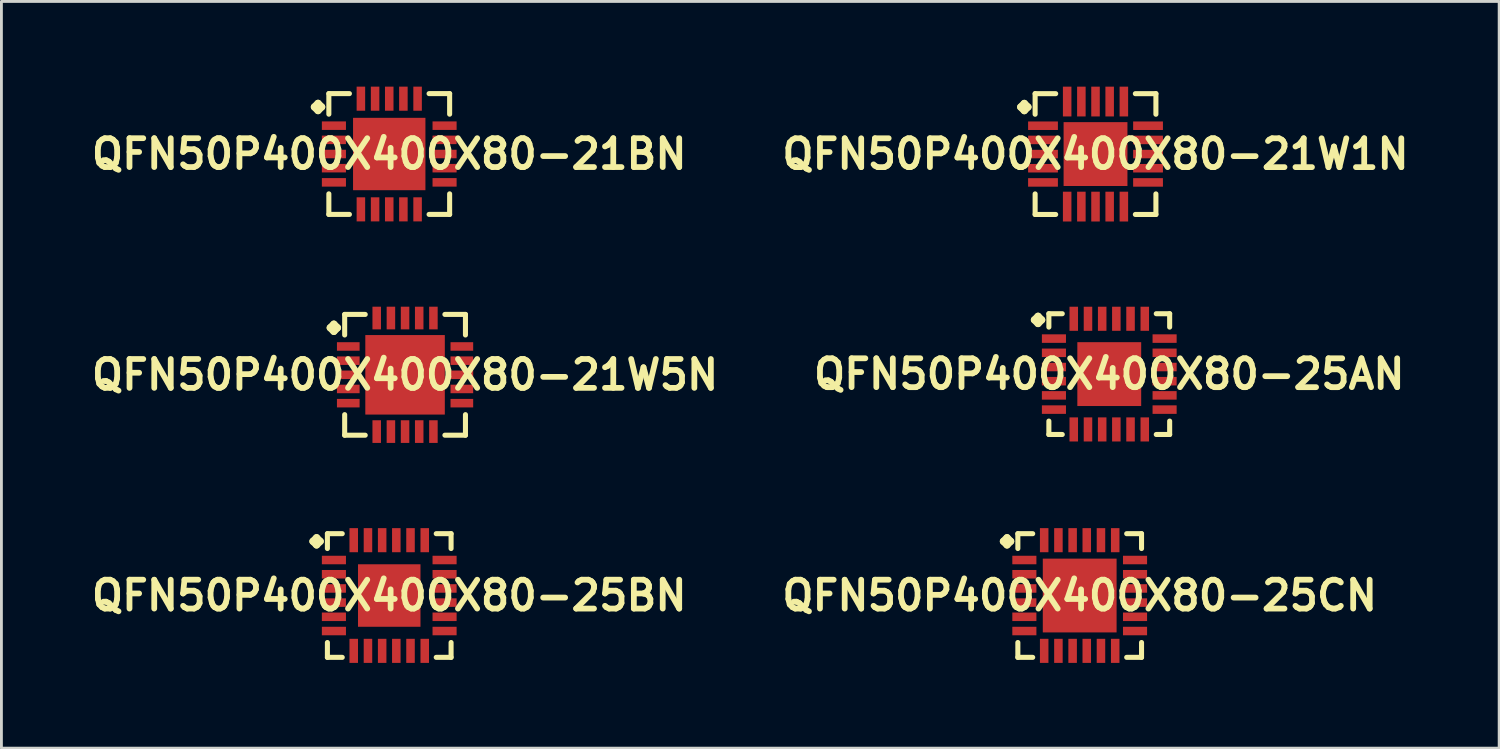
<source format=kicad_pcb>
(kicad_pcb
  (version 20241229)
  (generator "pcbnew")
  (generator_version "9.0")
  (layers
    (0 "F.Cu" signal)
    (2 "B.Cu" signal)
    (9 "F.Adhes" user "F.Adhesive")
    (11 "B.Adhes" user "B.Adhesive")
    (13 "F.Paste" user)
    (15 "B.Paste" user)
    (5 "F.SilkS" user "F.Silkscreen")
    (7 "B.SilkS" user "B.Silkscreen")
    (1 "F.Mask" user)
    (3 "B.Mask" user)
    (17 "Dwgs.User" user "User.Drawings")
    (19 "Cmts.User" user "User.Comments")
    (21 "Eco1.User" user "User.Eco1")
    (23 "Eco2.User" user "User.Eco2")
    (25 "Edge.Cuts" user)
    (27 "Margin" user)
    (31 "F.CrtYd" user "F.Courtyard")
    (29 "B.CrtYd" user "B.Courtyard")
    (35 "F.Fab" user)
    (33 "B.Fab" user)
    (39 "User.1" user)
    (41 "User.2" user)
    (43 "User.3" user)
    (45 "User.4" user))
  (footprint "QFN50P400X400X80-21W5N"
    (layer "F.Cu")
    (at 11.21 10.145)
    (property "Reference" "QFN50P400X400X80-21W5N" (at 0 0 0) (layer "F.SilkS") (effects (font (size 1.016 1.016) (thickness 0.203))))
    (attr smd)
    (fp_line (start -2.634 -1.656) (end -2.507 -1.783) (stroke (width 0.254) (type solid)) (layer "F.SilkS"))
    (fp_line (start -2.507 -1.783) (end -2.38 -1.656) (stroke (width 0.254) (type solid)) (layer "F.SilkS"))
    (fp_line (start -2.507 -1.529) (end -2.634 -1.656) (stroke (width 0.254) (type solid)) (layer "F.SilkS"))
    (fp_line (start -2.38 -1.656) (end -2.507 -1.529) (stroke (width 0.254) (type solid)) (layer "F.SilkS"))
    (fp_line (start -2.126 -2.126) (end -1.402 -2.126) (stroke (width 0.178) (type solid)) (layer "F.SilkS"))
    (fp_line (start -2.126 -1.402) (end -2.126 -2.126) (stroke (width 0.178) (type solid)) (layer "F.SilkS"))
    (fp_line (start -2.126 1.402) (end -2.126 2.126) (stroke (width 0.178) (type solid)) (layer "F.SilkS"))
    (fp_line (start -2.126 2.126) (end -1.402 2.126) (stroke (width 0.178) (type solid)) (layer "F.SilkS"))
    (fp_line (start 1.402 -2.126) (end 2.126 -2.126) (stroke (width 0.178) (type solid)) (layer "F.SilkS"))
    (fp_line (start 1.402 2.126) (end 2.126 2.126) (stroke (width 0.178) (type solid)) (layer "F.SilkS"))
    (fp_line (start 2.126 -2.126) (end 2.126 -1.402) (stroke (width 0.178) (type solid)) (layer "F.SilkS"))
    (fp_line (start 2.126 2.126) (end 2.126 1.402) (stroke (width 0.178) (type solid)) (layer "F.SilkS"))
    (pad "1" smd rect (at -1.999 -0.998) (size 0.798 0.3) (layers "F.Cu" "F.Mask" "F.Paste"))
    (pad "2" smd rect (at -1.999 -0.498) (size 0.798 0.3) (layers "F.Cu" "F.Mask" "F.Paste"))
    (pad "3" smd rect (at -1.999 0) (size 0.798 0.3) (layers "F.Cu" "F.Mask" "F.Paste"))
    (pad "4" smd rect (at -1.999 0.498) (size 0.798 0.3) (layers "F.Cu" "F.Mask" "F.Paste"))
    (pad "5" smd rect (at -1.999 0.998) (size 0.798 0.3) (layers "F.Cu" "F.Mask" "F.Paste"))
    (pad "6" smd rect (at -0.998 1.999) (size 0.3 0.798) (layers "F.Cu" "F.Mask" "F.Paste"))
    (pad "7" smd rect (at -0.498 1.999) (size 0.3 0.798) (layers "F.Cu" "F.Mask" "F.Paste"))
    (pad "8" smd rect (at 0 1.999) (size 0.3 0.798) (layers "F.Cu" "F.Mask" "F.Paste"))
    (pad "9" smd rect (at 0.498 1.999) (size 0.3 0.798) (layers "F.Cu" "F.Mask" "F.Paste"))
    (pad "10" smd rect (at 0.998 1.999) (size 0.3 0.798) (layers "F.Cu" "F.Mask" "F.Paste"))
    (pad "11" smd rect (at 1.999 0.998) (size 0.798 0.3) (layers "F.Cu" "F.Mask" "F.Paste"))
    (pad "12" smd rect (at 1.999 0.498) (size 0.798 0.3) (layers "F.Cu" "F.Mask" "F.Paste"))
    (pad "13" smd rect (at 1.999 0) (size 0.798 0.3) (layers "F.Cu" "F.Mask" "F.Paste"))
    (pad "14" smd rect (at 1.999 -0.498) (size 0.798 0.3) (layers "F.Cu" "F.Mask" "F.Paste"))
    (pad "15" smd rect (at 1.999 -0.998) (size 0.798 0.3) (layers "F.Cu" "F.Mask" "F.Paste"))
    (pad "16" smd rect (at 0.998 -1.999) (size 0.3 0.798) (layers "F.Cu" "F.Mask" "F.Paste"))
    (pad "17" smd rect (at 0.498 -1.999) (size 0.3 0.798) (layers "F.Cu" "F.Mask" "F.Paste"))
    (pad "18" smd rect (at 0 -1.999) (size 0.3 0.798) (layers "F.Cu" "F.Mask" "F.Paste"))
    (pad "19" smd rect (at -0.498 -1.999) (size 0.3 0.798) (layers "F.Cu" "F.Mask" "F.Paste"))
    (pad "20" smd rect (at -0.998 -1.999) (size 0.3 0.798) (layers "F.Cu" "F.Mask" "F.Paste"))
    (pad "21" smd rect (at 0 0) (size 2.799 2.799) (layers "F.Cu" "F.Mask" "F.Paste")))
  (footprint "QFN50P400X400X80-21W1N"
    (layer "F.Cu")
    (at 35.517 2.374)
    (property "Reference" "QFN50P400X400X80-21W1N" (at 0 0 0) (layer "F.SilkS") (effects (font (size 1.016 1.016) (thickness 0.203))))
    (attr smd)
    (fp_line (start -2.634 -1.656) (end -2.507 -1.783) (stroke (width 0.254) (type solid)) (layer "F.SilkS"))
    (fp_line (start -2.507 -1.783) (end -2.38 -1.656) (stroke (width 0.254) (type solid)) (layer "F.SilkS"))
    (fp_line (start -2.507 -1.529) (end -2.634 -1.656) (stroke (width 0.254) (type solid)) (layer "F.SilkS"))
    (fp_line (start -2.38 -1.656) (end -2.507 -1.529) (stroke (width 0.254) (type solid)) (layer "F.SilkS"))
    (fp_line (start -2.126 -2.126) (end -1.402 -2.126) (stroke (width 0.178) (type solid)) (layer "F.SilkS"))
    (fp_line (start -2.126 -1.402) (end -2.126 -2.126) (stroke (width 0.178) (type solid)) (layer "F.SilkS"))
    (fp_line (start -2.126 1.402) (end -2.126 2.126) (stroke (width 0.178) (type solid)) (layer "F.SilkS"))
    (fp_line (start -2.126 2.126) (end -1.402 2.126) (stroke (width 0.178) (type solid)) (layer "F.SilkS"))
    (fp_line (start 1.402 -2.126) (end 2.126 -2.126) (stroke (width 0.178) (type solid)) (layer "F.SilkS"))
    (fp_line (start 1.402 2.126) (end 2.126 2.126) (stroke (width 0.178) (type solid)) (layer "F.SilkS"))
    (fp_line (start 2.126 -2.126) (end 2.126 -1.402) (stroke (width 0.178) (type solid)) (layer "F.SilkS"))
    (fp_line (start 2.126 2.126) (end 2.126 1.402) (stroke (width 0.178) (type solid)) (layer "F.SilkS"))
    (pad "1" smd rect (at -1.849 -0.998) (size 1.049 0.3) (layers "F.Cu" "F.Mask" "F.Paste"))
    (pad "2" smd rect (at -1.849 -0.498) (size 1.049 0.3) (layers "F.Cu" "F.Mask" "F.Paste"))
    (pad "3" smd rect (at -1.849 0) (size 1.049 0.3) (layers "F.Cu" "F.Mask" "F.Paste"))
    (pad "4" smd rect (at -1.849 0.498) (size 1.049 0.3) (layers "F.Cu" "F.Mask" "F.Paste"))
    (pad "5" smd rect (at -1.849 0.998) (size 1.049 0.3) (layers "F.Cu" "F.Mask" "F.Paste"))
    (pad "6" smd rect (at -0.998 1.849) (size 0.3 1.049) (layers "F.Cu" "F.Mask" "F.Paste"))
    (pad "7" smd rect (at -0.498 1.849) (size 0.3 1.049) (layers "F.Cu" "F.Mask" "F.Paste"))
    (pad "8" smd rect (at 0 1.849) (size 0.3 1.049) (layers "F.Cu" "F.Mask" "F.Paste"))
    (pad "9" smd rect (at 0.498 1.849) (size 0.3 1.049) (layers "F.Cu" "F.Mask" "F.Paste"))
    (pad "10" smd rect (at 0.998 1.849) (size 0.3 1.049) (layers "F.Cu" "F.Mask" "F.Paste"))
    (pad "11" smd rect (at 1.849 0.998) (size 1.049 0.3) (layers "F.Cu" "F.Mask" "F.Paste"))
    (pad "12" smd rect (at 1.849 0.498) (size 1.049 0.3) (layers "F.Cu" "F.Mask" "F.Paste"))
    (pad "13" smd rect (at 1.849 0) (size 1.049 0.3) (layers "F.Cu" "F.Mask" "F.Paste"))
    (pad "14" smd rect (at 1.849 -0.498) (size 1.049 0.3) (layers "F.Cu" "F.Mask" "F.Paste"))
    (pad "15" smd rect (at 1.849 -0.998) (size 1.049 0.3) (layers "F.Cu" "F.Mask" "F.Paste"))
    (pad "16" smd rect (at 0.998 -1.849) (size 0.3 1.049) (layers "F.Cu" "F.Mask" "F.Paste"))
    (pad "17" smd rect (at 0.498 -1.849) (size 0.3 1.049) (layers "F.Cu" "F.Mask" "F.Paste"))
    (pad "18" smd rect (at 0 -1.849) (size 0.3 1.049) (layers "F.Cu" "F.Mask" "F.Paste"))
    (pad "19" smd rect (at -0.498 -1.849) (size 0.3 1.049) (layers "F.Cu" "F.Mask" "F.Paste"))
    (pad "20" smd rect (at -0.998 -1.849) (size 0.3 1.049) (layers "F.Cu" "F.Mask" "F.Paste"))
    (pad "21" smd rect (at 0 0) (size 2.248 2.248) (layers "F.Cu" "F.Mask" "F.Paste")))
  (footprint "QFN50P400X400X80-25CN"
    (layer "F.Cu")
    (at 34.96 17.915)
    (property "Reference" "QFN50P400X400X80-25CN" (at 0 0 0) (layer "F.SilkS") (effects (font (size 1.016 1.016) (thickness 0.203))))
    (attr smd)
    (fp_line (start -2.685 -1.908) (end -2.558 -2.035) (stroke (width 0.254) (type solid)) (layer "F.SilkS"))
    (fp_line (start -2.558 -2.035) (end -2.431 -1.908) (stroke (width 0.254) (type solid)) (layer "F.SilkS"))
    (fp_line (start -2.558 -1.781) (end -2.685 -1.908) (stroke (width 0.254) (type solid)) (layer "F.SilkS"))
    (fp_line (start -2.431 -1.908) (end -2.558 -1.781) (stroke (width 0.254) (type solid)) (layer "F.SilkS"))
    (fp_line (start -2.177 -2.177) (end -1.654 -2.177) (stroke (width 0.178) (type solid)) (layer "F.SilkS"))
    (fp_line (start -2.177 -1.654) (end -2.177 -2.177) (stroke (width 0.178) (type solid)) (layer "F.SilkS"))
    (fp_line (start -2.177 1.654) (end -2.177 2.177) (stroke (width 0.178) (type solid)) (layer "F.SilkS"))
    (fp_line (start -2.177 2.177) (end -1.654 2.177) (stroke (width 0.178) (type solid)) (layer "F.SilkS"))
    (fp_line (start 1.654 -2.177) (end 2.177 -2.177) (stroke (width 0.178) (type solid)) (layer "F.SilkS"))
    (fp_line (start 1.654 2.177) (end 2.177 2.177) (stroke (width 0.178) (type solid)) (layer "F.SilkS"))
    (fp_line (start 2.177 -2.177) (end 2.177 -1.654) (stroke (width 0.178) (type solid)) (layer "F.SilkS"))
    (fp_line (start 2.177 2.177) (end 2.177 1.654) (stroke (width 0.178) (type solid)) (layer "F.SilkS"))
    (pad "1" smd rect (at -1.948 -1.25) (size 0.848 0.3) (layers "F.Cu" "F.Mask" "F.Paste"))
    (pad "2" smd rect (at -1.948 -0.749) (size 0.848 0.3) (layers "F.Cu" "F.Mask" "F.Paste"))
    (pad "3" smd rect (at -1.948 -0.249) (size 0.848 0.3) (layers "F.Cu" "F.Mask" "F.Paste"))
    (pad "4" smd rect (at -1.948 0.249) (size 0.848 0.3) (layers "F.Cu" "F.Mask" "F.Paste"))
    (pad "5" smd rect (at -1.948 0.749) (size 0.848 0.3) (layers "F.Cu" "F.Mask" "F.Paste"))
    (pad "6" smd rect (at -1.948 1.25) (size 0.848 0.3) (layers "F.Cu" "F.Mask" "F.Paste"))
    (pad "7" smd rect (at -1.25 1.948) (size 0.3 0.848) (layers "F.Cu" "F.Mask" "F.Paste"))
    (pad "8" smd rect (at -0.749 1.948) (size 0.3 0.848) (layers "F.Cu" "F.Mask" "F.Paste"))
    (pad "9" smd rect (at -0.249 1.948) (size 0.3 0.848) (layers "F.Cu" "F.Mask" "F.Paste"))
    (pad "10" smd rect (at 0.249 1.948) (size 0.3 0.848) (layers "F.Cu" "F.Mask" "F.Paste"))
    (pad "11" smd rect (at 0.749 1.948) (size 0.3 0.848) (layers "F.Cu" "F.Mask" "F.Paste"))
    (pad "12" smd rect (at 1.25 1.948) (size 0.3 0.848) (layers "F.Cu" "F.Mask" "F.Paste"))
    (pad "13" smd rect (at 1.948 1.25) (size 0.848 0.3) (layers "F.Cu" "F.Mask" "F.Paste"))
    (pad "14" smd rect (at 1.948 0.749) (size 0.848 0.3) (layers "F.Cu" "F.Mask" "F.Paste"))
    (pad "15" smd rect (at 1.948 0.249) (size 0.848 0.3) (layers "F.Cu" "F.Mask" "F.Paste"))
    (pad "16" smd rect (at 1.948 -0.249) (size 0.848 0.3) (layers "F.Cu" "F.Mask" "F.Paste"))
    (pad "17" smd rect (at 1.948 -0.749) (size 0.848 0.3) (layers "F.Cu" "F.Mask" "F.Paste"))
    (pad "18" smd rect (at 1.948 -1.25) (size 0.848 0.3) (layers "F.Cu" "F.Mask" "F.Paste"))
    (pad "19" smd rect (at 1.25 -1.948) (size 0.3 0.848) (layers "F.Cu" "F.Mask" "F.Paste"))
    (pad "20" smd rect (at 0.749 -1.948) (size 0.3 0.848) (layers "F.Cu" "F.Mask" "F.Paste"))
    (pad "21" smd rect (at 0.249 -1.948) (size 0.3 0.848) (layers "F.Cu" "F.Mask" "F.Paste"))
    (pad "22" smd rect (at -0.249 -1.948) (size 0.3 0.848) (layers "F.Cu" "F.Mask" "F.Paste"))
    (pad "23" smd rect (at -0.749 -1.948) (size 0.3 0.848) (layers "F.Cu" "F.Mask" "F.Paste"))
    (pad "24" smd rect (at -1.25 -1.948) (size 0.3 0.848) (layers "F.Cu" "F.Mask" "F.Paste"))
    (pad "25" smd rect (at 0 0) (size 2.598 2.598) (layers "F.Cu" "F.Mask" "F.Paste")))
  (footprint "QFN50P400X400X80-25AN"
    (layer "F.Cu")
    (at 36.001 10.12)
    (property "Reference" "QFN50P400X400X80-25AN" (at 0 0 0) (layer "F.SilkS") (effects (font (size 1.016 1.016) (thickness 0.203))))
    (attr smd)
    (fp_line (start -2.634 -1.908) (end -2.507 -2.035) (stroke (width 0.254) (type solid)) (layer "F.SilkS"))
    (fp_line (start -2.507 -2.035) (end -2.38 -1.908) (stroke (width 0.254) (type solid)) (layer "F.SilkS"))
    (fp_line (start -2.507 -1.781) (end -2.634 -1.908) (stroke (width 0.254) (type solid)) (layer "F.SilkS"))
    (fp_line (start -2.38 -1.908) (end -2.507 -1.781) (stroke (width 0.254) (type solid)) (layer "F.SilkS"))
    (fp_line (start -2.126 -2.126) (end -1.654 -2.126) (stroke (width 0.178) (type solid)) (layer "F.SilkS"))
    (fp_line (start -2.126 -1.654) (end -2.126 -2.126) (stroke (width 0.178) (type solid)) (layer "F.SilkS"))
    (fp_line (start -2.126 1.654) (end -2.126 2.126) (stroke (width 0.178) (type solid)) (layer "F.SilkS"))
    (fp_line (start -2.126 2.126) (end -1.654 2.126) (stroke (width 0.178) (type solid)) (layer "F.SilkS"))
    (fp_line (start 1.654 -2.126) (end 2.126 -2.126) (stroke (width 0.178) (type solid)) (layer "F.SilkS"))
    (fp_line (start 1.654 2.126) (end 2.126 2.126) (stroke (width 0.178) (type solid)) (layer "F.SilkS"))
    (fp_line (start 2.126 -2.126) (end 2.126 -1.654) (stroke (width 0.178) (type solid)) (layer "F.SilkS"))
    (fp_line (start 2.126 2.126) (end 2.126 1.654) (stroke (width 0.178) (type solid)) (layer "F.SilkS"))
    (pad "1" smd rect (at -1.948 -1.25) (size 0.848 0.3) (layers "F.Cu" "F.Mask" "F.Paste"))
    (pad "2" smd rect (at -1.948 -0.749) (size 0.848 0.3) (layers "F.Cu" "F.Mask" "F.Paste"))
    (pad "3" smd rect (at -1.948 -0.249) (size 0.848 0.3) (layers "F.Cu" "F.Mask" "F.Paste"))
    (pad "4" smd rect (at -1.948 0.249) (size 0.848 0.3) (layers "F.Cu" "F.Mask" "F.Paste"))
    (pad "5" smd rect (at -1.948 0.749) (size 0.848 0.3) (layers "F.Cu" "F.Mask" "F.Paste"))
    (pad "6" smd rect (at -1.948 1.25) (size 0.848 0.3) (layers "F.Cu" "F.Mask" "F.Paste"))
    (pad "7" smd rect (at -1.25 1.948) (size 0.3 0.848) (layers "F.Cu" "F.Mask" "F.Paste"))
    (pad "8" smd rect (at -0.749 1.948) (size 0.3 0.848) (layers "F.Cu" "F.Mask" "F.Paste"))
    (pad "9" smd rect (at -0.249 1.948) (size 0.3 0.848) (layers "F.Cu" "F.Mask" "F.Paste"))
    (pad "10" smd rect (at 0.249 1.948) (size 0.3 0.848) (layers "F.Cu" "F.Mask" "F.Paste"))
    (pad "11" smd rect (at 0.749 1.948) (size 0.3 0.848) (layers "F.Cu" "F.Mask" "F.Paste"))
    (pad "12" smd rect (at 1.25 1.948) (size 0.3 0.848) (layers "F.Cu" "F.Mask" "F.Paste"))
    (pad "13" smd rect (at 1.948 1.25) (size 0.848 0.3) (layers "F.Cu" "F.Mask" "F.Paste"))
    (pad "14" smd rect (at 1.948 0.749) (size 0.848 0.3) (layers "F.Cu" "F.Mask" "F.Paste"))
    (pad "15" smd rect (at 1.948 0.249) (size 0.848 0.3) (layers "F.Cu" "F.Mask" "F.Paste"))
    (pad "16" smd rect (at 1.948 -0.249) (size 0.848 0.3) (layers "F.Cu" "F.Mask" "F.Paste"))
    (pad "17" smd rect (at 1.948 -0.749) (size 0.848 0.3) (layers "F.Cu" "F.Mask" "F.Paste"))
    (pad "18" smd rect (at 1.948 -1.25) (size 0.848 0.3) (layers "F.Cu" "F.Mask" "F.Paste"))
    (pad "19" smd rect (at 1.25 -1.948) (size 0.3 0.848) (layers "F.Cu" "F.Mask" "F.Paste"))
    (pad "20" smd rect (at 0.749 -1.948) (size 0.3 0.848) (layers "F.Cu" "F.Mask" "F.Paste"))
    (pad "21" smd rect (at 0.249 -1.948) (size 0.3 0.848) (layers "F.Cu" "F.Mask" "F.Paste"))
    (pad "22" smd rect (at -0.249 -1.948) (size 0.3 0.848) (layers "F.Cu" "F.Mask" "F.Paste"))
    (pad "23" smd rect (at -0.749 -1.948) (size 0.3 0.848) (layers "F.Cu" "F.Mask" "F.Paste"))
    (pad "24" smd rect (at -1.25 -1.948) (size 0.3 0.848) (layers "F.Cu" "F.Mask" "F.Paste"))
    (pad "25" smd rect (at 0 0) (size 2.248 2.248) (layers "F.Cu" "F.Mask" "F.Paste")))
  (footprint "QFN50P400X400X80-21BN"
    (layer "F.Cu")
    (at 10.653 2.372)
    (property "Reference" "QFN50P400X400X80-21BN" (at 0 0 0) (layer "F.SilkS") (effects (font (size 1.016 1.016) (thickness 0.203))))
    (attr smd)
    (fp_line (start -2.634 -1.656) (end -2.507 -1.783) (stroke (width 0.254) (type solid)) (layer "F.SilkS"))
    (fp_line (start -2.507 -1.783) (end -2.38 -1.656) (stroke (width 0.254) (type solid)) (layer "F.SilkS"))
    (fp_line (start -2.507 -1.529) (end -2.634 -1.656) (stroke (width 0.254) (type solid)) (layer "F.SilkS"))
    (fp_line (start -2.38 -1.656) (end -2.507 -1.529) (stroke (width 0.254) (type solid)) (layer "F.SilkS"))
    (fp_line (start -2.126 -2.126) (end -1.402 -2.126) (stroke (width 0.178) (type solid)) (layer "F.SilkS"))
    (fp_line (start -2.126 -1.402) (end -2.126 -2.126) (stroke (width 0.178) (type solid)) (layer "F.SilkS"))
    (fp_line (start -2.126 1.402) (end -2.126 2.126) (stroke (width 0.178) (type solid)) (layer "F.SilkS"))
    (fp_line (start -2.126 2.126) (end -1.402 2.126) (stroke (width 0.178) (type solid)) (layer "F.SilkS"))
    (fp_line (start 1.402 -2.126) (end 2.126 -2.126) (stroke (width 0.178) (type solid)) (layer "F.SilkS"))
    (fp_line (start 1.402 2.126) (end 2.126 2.126) (stroke (width 0.178) (type solid)) (layer "F.SilkS"))
    (fp_line (start 2.126 -2.126) (end 2.126 -1.402) (stroke (width 0.178) (type solid)) (layer "F.SilkS"))
    (fp_line (start 2.126 2.126) (end 2.126 1.402) (stroke (width 0.178) (type solid)) (layer "F.SilkS"))
    (pad "1" smd rect (at -1.948 -0.998) (size 0.848 0.3) (layers "F.Cu" "F.Mask" "F.Paste"))
    (pad "2" smd rect (at -1.948 -0.498) (size 0.848 0.3) (layers "F.Cu" "F.Mask" "F.Paste"))
    (pad "3" smd rect (at -1.948 0) (size 0.848 0.3) (layers "F.Cu" "F.Mask" "F.Paste"))
    (pad "4" smd rect (at -1.948 0.498) (size 0.848 0.3) (layers "F.Cu" "F.Mask" "F.Paste"))
    (pad "5" smd rect (at -1.948 0.998) (size 0.848 0.3) (layers "F.Cu" "F.Mask" "F.Paste"))
    (pad "6" smd rect (at -0.998 1.948) (size 0.3 0.848) (layers "F.Cu" "F.Mask" "F.Paste"))
    (pad "7" smd rect (at -0.498 1.948) (size 0.3 0.848) (layers "F.Cu" "F.Mask" "F.Paste"))
    (pad "8" smd rect (at 0 1.948) (size 0.3 0.848) (layers "F.Cu" "F.Mask" "F.Paste"))
    (pad "9" smd rect (at 0.498 1.948) (size 0.3 0.848) (layers "F.Cu" "F.Mask" "F.Paste"))
    (pad "10" smd rect (at 0.998 1.948) (size 0.3 0.848) (layers "F.Cu" "F.Mask" "F.Paste"))
    (pad "11" smd rect (at 1.948 0.998) (size 0.848 0.3) (layers "F.Cu" "F.Mask" "F.Paste"))
    (pad "12" smd rect (at 1.948 0.498) (size 0.848 0.3) (layers "F.Cu" "F.Mask" "F.Paste"))
    (pad "13" smd rect (at 1.948 0) (size 0.848 0.3) (layers "F.Cu" "F.Mask" "F.Paste"))
    (pad "14" smd rect (at 1.948 -0.498) (size 0.848 0.3) (layers "F.Cu" "F.Mask" "F.Paste"))
    (pad "15" smd rect (at 1.948 -0.998) (size 0.848 0.3) (layers "F.Cu" "F.Mask" "F.Paste"))
    (pad "16" smd rect (at 0.998 -1.948) (size 0.3 0.848) (layers "F.Cu" "F.Mask" "F.Paste"))
    (pad "17" smd rect (at 0.498 -1.948) (size 0.3 0.848) (layers "F.Cu" "F.Mask" "F.Paste"))
    (pad "18" smd rect (at 0 -1.948) (size 0.3 0.848) (layers "F.Cu" "F.Mask" "F.Paste"))
    (pad "19" smd rect (at -0.498 -1.948) (size 0.3 0.848) (layers "F.Cu" "F.Mask" "F.Paste"))
    (pad "20" smd rect (at -0.998 -1.948) (size 0.3 0.848) (layers "F.Cu" "F.Mask" "F.Paste"))
    (pad "21" smd rect (at 0 0) (size 2.548 2.548) (layers "F.Cu" "F.Mask" "F.Paste")))
  (footprint "QFN50P400X400X80-25BN"
    (layer "F.Cu")
    (at 10.653 17.915)
    (property "Reference" "QFN50P400X400X80-25BN" (at 0 0 0) (layer "F.SilkS") (effects (font (size 1.016 1.016) (thickness 0.203))))
    (attr smd)
    (fp_line (start -2.685 -1.908) (end -2.558 -2.035) (stroke (width 0.254) (type solid)) (layer "F.SilkS"))
    (fp_line (start -2.558 -2.035) (end -2.431 -1.908) (stroke (width 0.254) (type solid)) (layer "F.SilkS"))
    (fp_line (start -2.558 -1.781) (end -2.685 -1.908) (stroke (width 0.254) (type solid)) (layer "F.SilkS"))
    (fp_line (start -2.431 -1.908) (end -2.558 -1.781) (stroke (width 0.254) (type solid)) (layer "F.SilkS"))
    (fp_line (start -2.177 -2.177) (end -1.654 -2.177) (stroke (width 0.178) (type solid)) (layer "F.SilkS"))
    (fp_line (start -2.177 -1.654) (end -2.177 -2.177) (stroke (width 0.178) (type solid)) (layer "F.SilkS"))
    (fp_line (start -2.177 1.654) (end -2.177 2.177) (stroke (width 0.178) (type solid)) (layer "F.SilkS"))
    (fp_line (start -2.177 2.177) (end -1.654 2.177) (stroke (width 0.178) (type solid)) (layer "F.SilkS"))
    (fp_line (start 1.654 -2.177) (end 2.177 -2.177) (stroke (width 0.178) (type solid)) (layer "F.SilkS"))
    (fp_line (start 1.654 2.177) (end 2.177 2.177) (stroke (width 0.178) (type solid)) (layer "F.SilkS"))
    (fp_line (start 2.177 -2.177) (end 2.177 -1.654) (stroke (width 0.178) (type solid)) (layer "F.SilkS"))
    (fp_line (start 2.177 2.177) (end 2.177 1.654) (stroke (width 0.178) (type solid)) (layer "F.SilkS"))
    (pad "1" smd rect (at -1.948 -1.25) (size 0.848 0.3) (layers "F.Cu" "F.Mask" "F.Paste"))
    (pad "2" smd rect (at -1.948 -0.749) (size 0.848 0.3) (layers "F.Cu" "F.Mask" "F.Paste"))
    (pad "3" smd rect (at -1.948 -0.249) (size 0.848 0.3) (layers "F.Cu" "F.Mask" "F.Paste"))
    (pad "4" smd rect (at -1.948 0.249) (size 0.848 0.3) (layers "F.Cu" "F.Mask" "F.Paste"))
    (pad "5" smd rect (at -1.948 0.749) (size 0.848 0.3) (layers "F.Cu" "F.Mask" "F.Paste"))
    (pad "6" smd rect (at -1.948 1.25) (size 0.848 0.3) (layers "F.Cu" "F.Mask" "F.Paste"))
    (pad "7" smd rect (at -1.25 1.948) (size 0.3 0.848) (layers "F.Cu" "F.Mask" "F.Paste"))
    (pad "8" smd rect (at -0.749 1.948) (size 0.3 0.848) (layers "F.Cu" "F.Mask" "F.Paste"))
    (pad "9" smd rect (at -0.249 1.948) (size 0.3 0.848) (layers "F.Cu" "F.Mask" "F.Paste"))
    (pad "10" smd rect (at 0.249 1.948) (size 0.3 0.848) (layers "F.Cu" "F.Mask" "F.Paste"))
    (pad "11" smd rect (at 0.749 1.948) (size 0.3 0.848) (layers "F.Cu" "F.Mask" "F.Paste"))
    (pad "12" smd rect (at 1.25 1.948) (size 0.3 0.848) (layers "F.Cu" "F.Mask" "F.Paste"))
    (pad "13" smd rect (at 1.948 1.25) (size 0.848 0.3) (layers "F.Cu" "F.Mask" "F.Paste"))
    (pad "14" smd rect (at 1.948 0.749) (size 0.848 0.3) (layers "F.Cu" "F.Mask" "F.Paste"))
    (pad "15" smd rect (at 1.948 0.249) (size 0.848 0.3) (layers "F.Cu" "F.Mask" "F.Paste"))
    (pad "16" smd rect (at 1.948 -0.249) (size 0.848 0.3) (layers "F.Cu" "F.Mask" "F.Paste"))
    (pad "17" smd rect (at 1.948 -0.749) (size 0.848 0.3) (layers "F.Cu" "F.Mask" "F.Paste"))
    (pad "18" smd rect (at 1.948 -1.25) (size 0.848 0.3) (layers "F.Cu" "F.Mask" "F.Paste"))
    (pad "19" smd rect (at 1.25 -1.948) (size 0.3 0.848) (layers "F.Cu" "F.Mask" "F.Paste"))
    (pad "20" smd rect (at 0.749 -1.948) (size 0.3 0.848) (layers "F.Cu" "F.Mask" "F.Paste"))
    (pad "21" smd rect (at 0.249 -1.948) (size 0.3 0.848) (layers "F.Cu" "F.Mask" "F.Paste"))
    (pad "22" smd rect (at -0.249 -1.948) (size 0.3 0.848) (layers "F.Cu" "F.Mask" "F.Paste"))
    (pad "23" smd rect (at -0.749 -1.948) (size 0.3 0.848) (layers "F.Cu" "F.Mask" "F.Paste"))
    (pad "24" smd rect (at -1.25 -1.948) (size 0.3 0.848) (layers "F.Cu" "F.Mask" "F.Paste"))
    (pad "25" smd rect (at 0 0) (size 2.2 2.2) (layers "F.Cu" "F.Mask" "F.Paste")))
  (gr_rect
    (start -3 -3)
    (end 49.727 23.288)
    (stroke (width 0.1) (type default))
    (fill no)
    (layer "Edge.Cuts")))
</source>
